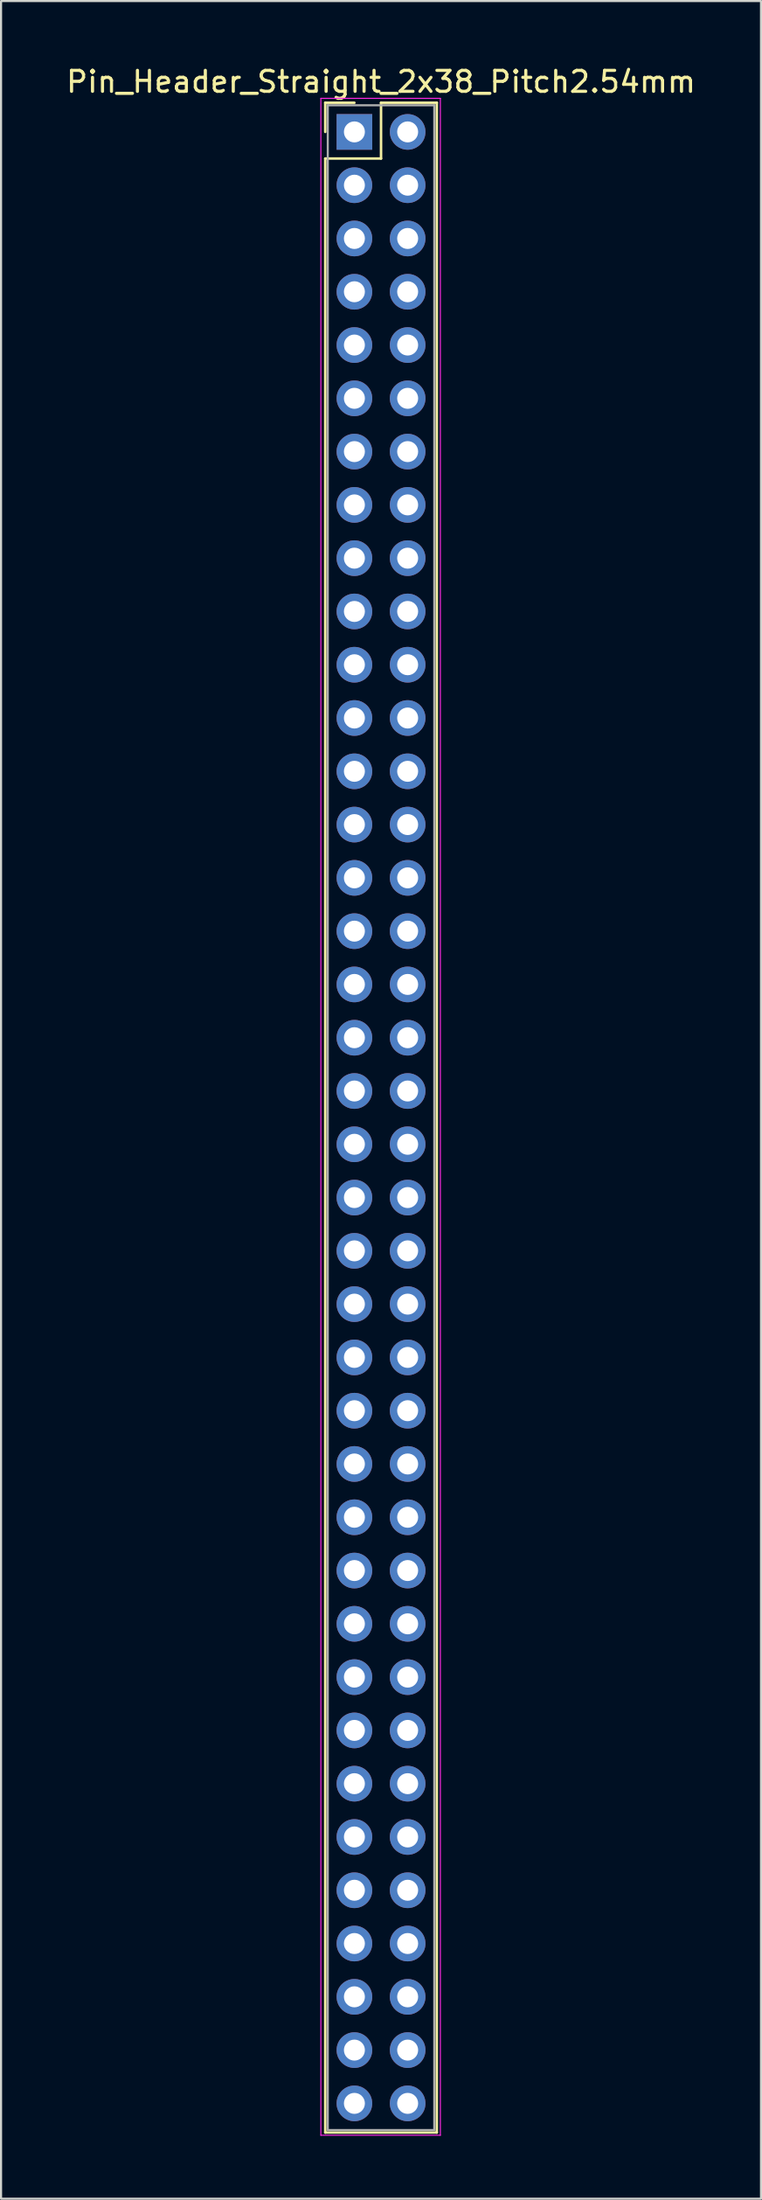
<source format=kicad_pcb>
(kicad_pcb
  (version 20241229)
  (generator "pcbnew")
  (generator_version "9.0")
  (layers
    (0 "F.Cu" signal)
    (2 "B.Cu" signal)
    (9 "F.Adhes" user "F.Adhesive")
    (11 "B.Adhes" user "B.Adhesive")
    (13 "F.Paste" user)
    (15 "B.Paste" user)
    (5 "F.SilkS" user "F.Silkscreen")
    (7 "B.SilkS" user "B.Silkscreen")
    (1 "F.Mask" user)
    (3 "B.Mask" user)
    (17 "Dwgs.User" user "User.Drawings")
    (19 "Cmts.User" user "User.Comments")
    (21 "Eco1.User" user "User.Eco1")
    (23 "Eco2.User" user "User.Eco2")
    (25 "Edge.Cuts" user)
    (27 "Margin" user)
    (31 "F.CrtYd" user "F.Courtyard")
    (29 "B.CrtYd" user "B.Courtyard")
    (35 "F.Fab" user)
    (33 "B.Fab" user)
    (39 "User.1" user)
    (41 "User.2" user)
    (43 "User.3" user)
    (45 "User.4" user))
  (footprint "Pin_Header_Straight_2x38_Pitch2.54mm"
    (layer "F.Cu")
    (at 13.855 3.238)
    (property "Reference" "Pin_Header_Straight_2x38_Pitch2.54mm" (at 1.27 -2.39 0) (layer "F.SilkS") (effects (font (size 1 1) (thickness 0.15))))
    (attr through_hole)
    (fp_line (start -1.39 -1.39) (end 0 -1.39) (stroke (width 0.12) (type solid)) (layer "F.SilkS"))
    (fp_line (start -1.39 0) (end -1.39 -1.39) (stroke (width 0.12) (type solid)) (layer "F.SilkS"))
    (fp_line (start -1.39 1.27) (end -1.39 95.37) (stroke (width 0.12) (type solid)) (layer "F.SilkS"))
    (fp_line (start -1.39 95.37) (end 3.93 95.37) (stroke (width 0.12) (type solid)) (layer "F.SilkS"))
    (fp_line (start 1.27 -1.39) (end 1.27 1.27) (stroke (width 0.12) (type solid)) (layer "F.SilkS"))
    (fp_line (start 1.27 1.27) (end -1.39 1.27) (stroke (width 0.12) (type solid)) (layer "F.SilkS"))
    (fp_line (start 3.93 -1.39) (end 1.27 -1.39) (stroke (width 0.12) (type solid)) (layer "F.SilkS"))
    (fp_line (start 3.93 95.37) (end 3.93 -1.39) (stroke (width 0.12) (type solid)) (layer "F.SilkS"))
    (fp_line (start -1.6 -1.6) (end -1.6 95.5) (stroke (width 0.05) (type solid)) (layer "F.CrtYd"))
    (fp_line (start -1.6 95.5) (end 4.1 95.5) (stroke (width 0.05) (type solid)) (layer "F.CrtYd"))
    (fp_line (start 4.1 -1.6) (end -1.6 -1.6) (stroke (width 0.05) (type solid)) (layer "F.CrtYd"))
    (fp_line (start 4.1 95.5) (end 4.1 -1.6) (stroke (width 0.05) (type solid)) (layer "F.CrtYd"))
    (fp_line (start -1.27 -1.27) (end -1.27 95.25) (stroke (width 0.1) (type solid)) (layer "F.Fab"))
    (fp_line (start -1.27 95.25) (end 3.81 95.25) (stroke (width 0.1) (type solid)) (layer "F.Fab"))
    (fp_line (start 3.81 -1.27) (end -1.27 -1.27) (stroke (width 0.1) (type solid)) (layer "F.Fab"))
    (fp_line (start 3.81 95.25) (end 3.81 -1.27) (stroke (width 0.1) (type solid)) (layer "F.Fab"))
    (pad "1" thru_hole rect (at 0 0) (size 1.7 1.7) (drill 1) (layers "*.Cu" "*.Mask"))
    (pad "2" thru_hole oval (at 2.54 0) (size 1.7 1.7) (drill 1) (layers "*.Cu" "*.Mask"))
    (pad "3" thru_hole oval (at 0 2.54) (size 1.7 1.7) (drill 1) (layers "*.Cu" "*.Mask"))
    (pad "4" thru_hole oval (at 2.54 2.54) (size 1.7 1.7) (drill 1) (layers "*.Cu" "*.Mask"))
    (pad "5" thru_hole oval (at 0 5.08) (size 1.7 1.7) (drill 1) (layers "*.Cu" "*.Mask"))
    (pad "6" thru_hole oval (at 2.54 5.08) (size 1.7 1.7) (drill 1) (layers "*.Cu" "*.Mask"))
    (pad "7" thru_hole oval (at 0 7.62) (size 1.7 1.7) (drill 1) (layers "*.Cu" "*.Mask"))
    (pad "8" thru_hole oval (at 2.54 7.62) (size 1.7 1.7) (drill 1) (layers "*.Cu" "*.Mask"))
    (pad "9" thru_hole oval (at 0 10.16) (size 1.7 1.7) (drill 1) (layers "*.Cu" "*.Mask"))
    (pad "10" thru_hole oval (at 2.54 10.16) (size 1.7 1.7) (drill 1) (layers "*.Cu" "*.Mask"))
    (pad "11" thru_hole oval (at 0 12.7) (size 1.7 1.7) (drill 1) (layers "*.Cu" "*.Mask"))
    (pad "12" thru_hole oval (at 2.54 12.7) (size 1.7 1.7) (drill 1) (layers "*.Cu" "*.Mask"))
    (pad "13" thru_hole oval (at 0 15.24) (size 1.7 1.7) (drill 1) (layers "*.Cu" "*.Mask"))
    (pad "14" thru_hole oval (at 2.54 15.24) (size 1.7 1.7) (drill 1) (layers "*.Cu" "*.Mask"))
    (pad "15" thru_hole oval (at 0 17.78) (size 1.7 1.7) (drill 1) (layers "*.Cu" "*.Mask"))
    (pad "16" thru_hole oval (at 2.54 17.78) (size 1.7 1.7) (drill 1) (layers "*.Cu" "*.Mask"))
    (pad "17" thru_hole oval (at 0 20.32) (size 1.7 1.7) (drill 1) (layers "*.Cu" "*.Mask"))
    (pad "18" thru_hole oval (at 2.54 20.32) (size 1.7 1.7) (drill 1) (layers "*.Cu" "*.Mask"))
    (pad "19" thru_hole oval (at 0 22.86) (size 1.7 1.7) (drill 1) (layers "*.Cu" "*.Mask"))
    (pad "20" thru_hole oval (at 2.54 22.86) (size 1.7 1.7) (drill 1) (layers "*.Cu" "*.Mask"))
    (pad "21" thru_hole oval (at 0 25.4) (size 1.7 1.7) (drill 1) (layers "*.Cu" "*.Mask"))
    (pad "22" thru_hole oval (at 2.54 25.4) (size 1.7 1.7) (drill 1) (layers "*.Cu" "*.Mask"))
    (pad "23" thru_hole oval (at 0 27.94) (size 1.7 1.7) (drill 1) (layers "*.Cu" "*.Mask"))
    (pad "24" thru_hole oval (at 2.54 27.94) (size 1.7 1.7) (drill 1) (layers "*.Cu" "*.Mask"))
    (pad "25" thru_hole oval (at 0 30.48) (size 1.7 1.7) (drill 1) (layers "*.Cu" "*.Mask"))
    (pad "26" thru_hole oval (at 2.54 30.48) (size 1.7 1.7) (drill 1) (layers "*.Cu" "*.Mask"))
    (pad "27" thru_hole oval (at 0 33.02) (size 1.7 1.7) (drill 1) (layers "*.Cu" "*.Mask"))
    (pad "28" thru_hole oval (at 2.54 33.02) (size 1.7 1.7) (drill 1) (layers "*.Cu" "*.Mask"))
    (pad "29" thru_hole oval (at 0 35.56) (size 1.7 1.7) (drill 1) (layers "*.Cu" "*.Mask"))
    (pad "30" thru_hole oval (at 2.54 35.56) (size 1.7 1.7) (drill 1) (layers "*.Cu" "*.Mask"))
    (pad "31" thru_hole oval (at 0 38.1) (size 1.7 1.7) (drill 1) (layers "*.Cu" "*.Mask"))
    (pad "32" thru_hole oval (at 2.54 38.1) (size 1.7 1.7) (drill 1) (layers "*.Cu" "*.Mask"))
    (pad "33" thru_hole oval (at 0 40.64) (size 1.7 1.7) (drill 1) (layers "*.Cu" "*.Mask"))
    (pad "34" thru_hole oval (at 2.54 40.64) (size 1.7 1.7) (drill 1) (layers "*.Cu" "*.Mask"))
    (pad "35" thru_hole oval (at 0 43.18) (size 1.7 1.7) (drill 1) (layers "*.Cu" "*.Mask"))
    (pad "36" thru_hole oval (at 2.54 43.18) (size 1.7 1.7) (drill 1) (layers "*.Cu" "*.Mask"))
    (pad "37" thru_hole oval (at 0 45.72) (size 1.7 1.7) (drill 1) (layers "*.Cu" "*.Mask"))
    (pad "38" thru_hole oval (at 2.54 45.72) (size 1.7 1.7) (drill 1) (layers "*.Cu" "*.Mask"))
    (pad "39" thru_hole oval (at 0 48.26) (size 1.7 1.7) (drill 1) (layers "*.Cu" "*.Mask"))
    (pad "40" thru_hole oval (at 2.54 48.26) (size 1.7 1.7) (drill 1) (layers "*.Cu" "*.Mask"))
    (pad "41" thru_hole oval (at 0 50.8) (size 1.7 1.7) (drill 1) (layers "*.Cu" "*.Mask"))
    (pad "42" thru_hole oval (at 2.54 50.8) (size 1.7 1.7) (drill 1) (layers "*.Cu" "*.Mask"))
    (pad "43" thru_hole oval (at 0 53.34) (size 1.7 1.7) (drill 1) (layers "*.Cu" "*.Mask"))
    (pad "44" thru_hole oval (at 2.54 53.34) (size 1.7 1.7) (drill 1) (layers "*.Cu" "*.Mask"))
    (pad "45" thru_hole oval (at 0 55.88) (size 1.7 1.7) (drill 1) (layers "*.Cu" "*.Mask"))
    (pad "46" thru_hole oval (at 2.54 55.88) (size 1.7 1.7) (drill 1) (layers "*.Cu" "*.Mask"))
    (pad "47" thru_hole oval (at 0 58.42) (size 1.7 1.7) (drill 1) (layers "*.Cu" "*.Mask"))
    (pad "48" thru_hole oval (at 2.54 58.42) (size 1.7 1.7) (drill 1) (layers "*.Cu" "*.Mask"))
    (pad "49" thru_hole oval (at 0 60.96) (size 1.7 1.7) (drill 1) (layers "*.Cu" "*.Mask"))
    (pad "50" thru_hole oval (at 2.54 60.96) (size 1.7 1.7) (drill 1) (layers "*.Cu" "*.Mask"))
    (pad "51" thru_hole oval (at 0 63.5) (size 1.7 1.7) (drill 1) (layers "*.Cu" "*.Mask"))
    (pad "52" thru_hole oval (at 2.54 63.5) (size 1.7 1.7) (drill 1) (layers "*.Cu" "*.Mask"))
    (pad "53" thru_hole oval (at 0 66.04) (size 1.7 1.7) (drill 1) (layers "*.Cu" "*.Mask"))
    (pad "54" thru_hole oval (at 2.54 66.04) (size 1.7 1.7) (drill 1) (layers "*.Cu" "*.Mask"))
    (pad "55" thru_hole oval (at 0 68.58) (size 1.7 1.7) (drill 1) (layers "*.Cu" "*.Mask"))
    (pad "56" thru_hole oval (at 2.54 68.58) (size 1.7 1.7) (drill 1) (layers "*.Cu" "*.Mask"))
    (pad "57" thru_hole oval (at 0 71.12) (size 1.7 1.7) (drill 1) (layers "*.Cu" "*.Mask"))
    (pad "58" thru_hole oval (at 2.54 71.12) (size 1.7 1.7) (drill 1) (layers "*.Cu" "*.Mask"))
    (pad "59" thru_hole oval (at 0 73.66) (size 1.7 1.7) (drill 1) (layers "*.Cu" "*.Mask"))
    (pad "60" thru_hole oval (at 2.54 73.66) (size 1.7 1.7) (drill 1) (layers "*.Cu" "*.Mask"))
    (pad "61" thru_hole oval (at 0 76.2) (size 1.7 1.7) (drill 1) (layers "*.Cu" "*.Mask"))
    (pad "62" thru_hole oval (at 2.54 76.2) (size 1.7 1.7) (drill 1) (layers "*.Cu" "*.Mask"))
    (pad "63" thru_hole oval (at 0 78.74) (size 1.7 1.7) (drill 1) (layers "*.Cu" "*.Mask"))
    (pad "64" thru_hole oval (at 2.54 78.74) (size 1.7 1.7) (drill 1) (layers "*.Cu" "*.Mask"))
    (pad "65" thru_hole oval (at 0 81.28) (size 1.7 1.7) (drill 1) (layers "*.Cu" "*.Mask"))
    (pad "66" thru_hole oval (at 2.54 81.28) (size 1.7 1.7) (drill 1) (layers "*.Cu" "*.Mask"))
    (pad "67" thru_hole oval (at 0 83.82) (size 1.7 1.7) (drill 1) (layers "*.Cu" "*.Mask"))
    (pad "68" thru_hole oval (at 2.54 83.82) (size 1.7 1.7) (drill 1) (layers "*.Cu" "*.Mask"))
    (pad "69" thru_hole oval (at 0 86.36) (size 1.7 1.7) (drill 1) (layers "*.Cu" "*.Mask"))
    (pad "70" thru_hole oval (at 2.54 86.36) (size 1.7 1.7) (drill 1) (layers "*.Cu" "*.Mask"))
    (pad "71" thru_hole oval (at 0 88.9) (size 1.7 1.7) (drill 1) (layers "*.Cu" "*.Mask"))
    (pad "72" thru_hole oval (at 2.54 88.9) (size 1.7 1.7) (drill 1) (layers "*.Cu" "*.Mask"))
    (pad "73" thru_hole oval (at 0 91.44) (size 1.7 1.7) (drill 1) (layers "*.Cu" "*.Mask"))
    (pad "74" thru_hole oval (at 2.54 91.44) (size 1.7 1.7) (drill 1) (layers "*.Cu" "*.Mask"))
    (pad "75" thru_hole oval (at 0 93.98) (size 1.7 1.7) (drill 1) (layers "*.Cu" "*.Mask"))
    (pad "76" thru_hole oval (at 2.54 93.98) (size 1.7 1.7) (drill 1) (layers "*.Cu" "*.Mask")))
  (gr_rect
    (start -3 -3)
    (end 33.25 101.763)
    (stroke (width 0.1) (type default))
    (fill no)
    (layer "Edge.Cuts")))
</source>
